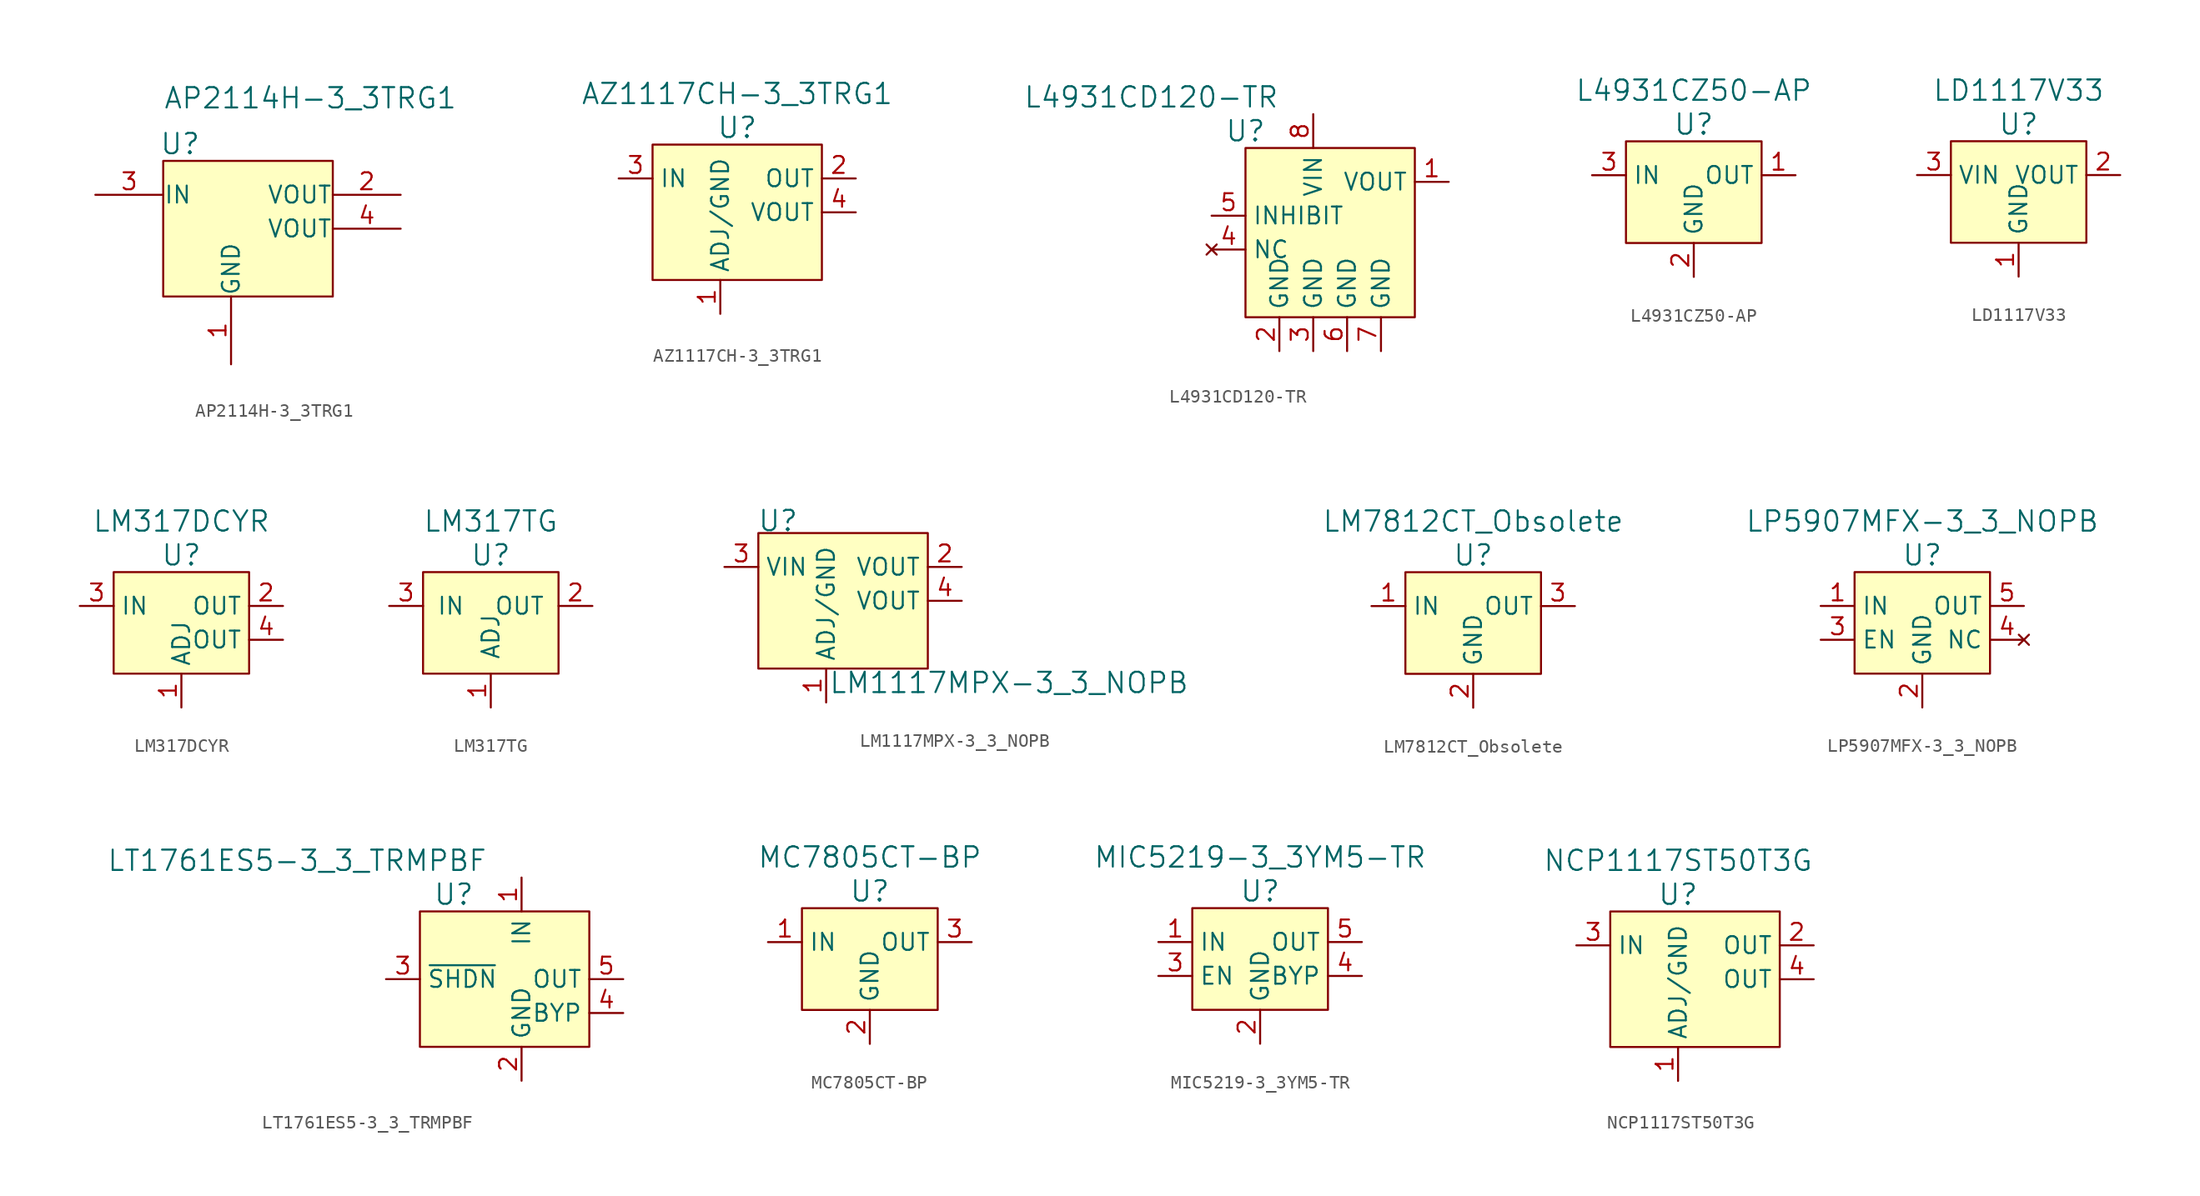
<source format=kicad_sym>
(kicad_symbol_lib
  (version 20220914)
  (generator kicad_symbol_editor)
  (symbol "AP2114H-3_3TRG1"
    (pin_names
      (offset 0.025))
    (property "Reference" "U"
      (at -6.35 3.81 0)
      (effects (font (size 1.524 1.524))))
    (property "Value" "AP2114H-3_3TRG1"
      (at -7.62 6.35 0)
      (effects (font (size 1.524 1.524)) (justify left bottom)))
    (symbol "AP2114H-3_3TRG1_0_1"
      (rectangle (start -7.62 2.54) (end 5.08 -7.62) (stroke (width 0) (type default)) (fill (type background))))
    (symbol "AP2114H-3_3TRG1_1_1"
      (pin power_in line (at -2.54 -12.7 90) (length 5.08) (name "GND" (effects (font (size 1.27 1.27)))) (number "1" (effects (font (size 1.27 1.27)))))
      (pin output line (at 10.16 0 180) (length 5.08) (name "VOUT" (effects (font (size 1.27 1.27)))) (number "2" (effects (font (size 1.27 1.27)))))
      (pin input line (at -12.7 0 0) (length 5.08) (name "IN" (effects (font (size 1.27 1.27)))) (number "3" (effects (font (size 1.27 1.27)))))
      (pin power_out line (at 10.16 -2.54 180) (length 5.08) (name "VOUT" (effects (font (size 1.27 1.27)))) (number "4" (effects (font (size 1.27 1.27)))))))
  (symbol "AZ1117CH-3_3TRG1"
    (property "Reference" "U"
      (at 1.27 3.81 0)
      (effects (font (size 1.524 1.524))))
    (property "Value" "AZ1117CH-3_3TRG1"
      (at 1.27 6.35 0)
      (effects (font (size 1.524 1.524))))
    (symbol "AZ1117CH-3_3TRG1_0_1"
      (rectangle (start -5.08 2.54) (end 7.62 -7.62) (stroke (width 0) (type default)) (fill (type background))))
    (symbol "AZ1117CH-3_3TRG1_1_1"
      (pin power_in line (at 0 -10.16 90) (length 2.54) (name "ADJ/GND" (effects (font (size 1.27 1.27)))) (number "1" (effects (font (size 1.27 1.27)))))
      (pin power_out line (at 10.16 0 180) (length 2.54) (name "OUT" (effects (font (size 1.27 1.27)))) (number "2" (effects (font (size 1.27 1.27)))))
      (pin power_in line (at -7.62 0 0) (length 2.54) (name "IN" (effects (font (size 1.27 1.27)))) (number "3" (effects (font (size 1.27 1.27)))))
      (pin power_out line (at 10.16 -2.54 180) (length 2.54) (name "VOUT" (effects (font (size 1.27 1.27)))) (number "4" (effects (font (size 1.27 1.27)))))))
  (symbol "L4931CD120-TR"
    (property "Reference" "U"
      (at -5.08 6.35 0)
      (effects (font (size 1.524 1.524))))
    (property "Value" "L4931CD120-TR"
      (at -2.54 8.89 0)
      (effects (font (size 1.524 1.524)) (justify right)))
    (symbol "L4931CD120-TR_0_1"
      (rectangle (start -5.08 5.08) (end 7.62 -7.62) (stroke (width 0) (type default)) (fill (type background))))
    (symbol "L4931CD120-TR_1_1"
      (pin power_out line (at 10.16 2.54 180) (length 2.54) (name "VOUT" (effects (font (size 1.27 1.27)))) (number "1" (effects (font (size 1.27 1.27)))))
      (pin power_in line (at -2.54 -10.16 90) (length 2.54) (name "GND" (effects (font (size 1.27 1.27)))) (number "2" (effects (font (size 1.27 1.27)))))
      (pin power_in line (at 0 -10.16 90) (length 2.54) (name "GND" (effects (font (size 1.27 1.27)))) (number "3" (effects (font (size 1.27 1.27)))))
      (pin no_connect line (at -7.62 -2.54 0) (length 2.54) (name "NC" (effects (font (size 1.27 1.27)))) (number "4" (effects (font (size 1.27 1.27)))))
      (pin input line (at -7.62 0 0) (length 2.54) (name "INHIBIT" (effects (font (size 1.27 1.27)))) (number "5" (effects (font (size 1.27 1.27)))))
      (pin power_in line (at 2.54 -10.16 90) (length 2.54) (name "GND" (effects (font (size 1.27 1.27)))) (number "6" (effects (font (size 1.27 1.27)))))
      (pin power_in line (at 5.08 -10.16 90) (length 2.54) (name "GND" (effects (font (size 1.27 1.27)))) (number "7" (effects (font (size 1.27 1.27)))))
      (pin power_in line (at 0 7.62 270) (length 2.54) (name "VIN" (effects (font (size 1.27 1.27)))) (number "8" (effects (font (size 1.27 1.27)))))))
  (symbol "L4931CZ50-AP"
    (property "Reference" "U"
      (at 0 3.81 0)
      (effects (font (size 1.524 1.524))))
    (property "Value" "L4931CZ50-AP"
      (at 0 6.35 0)
      (effects (font (size 1.524 1.524))))
    (symbol "L4931CZ50-AP_0_1"
      (rectangle (start -5.08 2.54) (end 5.08 -5.08) (stroke (width 0) (type default)) (fill (type background))))
    (symbol "L4931CZ50-AP_1_1"
      (pin power_out line (at 7.62 0 180) (length 2.54) (name "OUT" (effects (font (size 1.27 1.27)))) (number "1" (effects (font (size 1.27 1.27)))))
      (pin power_in line (at 0 -7.62 90) (length 2.54) (name "GND" (effects (font (size 1.27 1.27)))) (number "2" (effects (font (size 1.27 1.27)))))
      (pin power_in line (at -7.62 0 0) (length 2.54) (name "IN" (effects (font (size 1.27 1.27)))) (number "3" (effects (font (size 1.27 1.27)))))))
  (symbol "LD1117V33"
    (property "Reference" "U"
      (at 0 3.81 0)
      (effects (font (size 1.524 1.524))))
    (property "Value" "LD1117V33"
      (at 0 6.35 0)
      (effects (font (size 1.524 1.524))))
    (symbol "LD1117V33_1_1"
      (rectangle (start -5.08 2.54) (end 5.08 -5.08) (stroke (width 0) (type default)) (fill (type background)))
      (pin power_in line (at 0 -7.62 90) (length 2.54) (name "GND" (effects (font (size 1.27 1.27)))) (number "1" (effects (font (size 1.27 1.27)))))
      (pin power_out line (at 7.62 0 180) (length 2.54) (name "VOUT" (effects (font (size 1.27 1.27)))) (number "2" (effects (font (size 1.27 1.27)))))
      (pin power_in line (at -7.62 0 0) (length 2.54) (name "VIN" (effects (font (size 1.27 1.27)))) (number "3" (effects (font (size 1.27 1.27)))))))
  (symbol "LM317DCYR"
    (property "Reference" "U"
      (at 0 3.81 0)
      (effects (font (size 1.524 1.524))))
    (property "Value" "LM317DCYR"
      (at 0 6.35 0)
      (effects (font (size 1.524 1.524))))
    (symbol "LM317DCYR_0_1"
      (rectangle (start -5.08 2.54) (end 5.08 -5.08) (stroke (width 0) (type default)) (fill (type background))))
    (symbol "LM317DCYR_1_1"
      (pin input line (at 0 -7.62 90) (length 2.54) (name "ADJ" (effects (font (size 1.27 1.27)))) (number "1" (effects (font (size 1.27 1.27)))))
      (pin power_out line (at 7.62 0 180) (length 2.54) (name "OUT" (effects (font (size 1.27 1.27)))) (number "2" (effects (font (size 1.27 1.27)))))
      (pin power_in line (at -7.62 0 0) (length 2.54) (name "IN" (effects (font (size 1.27 1.27)))) (number "3" (effects (font (size 1.27 1.27)))))
      (pin power_out line (at 7.62 -2.54 180) (length 2.54) (name "OUT" (effects (font (size 1.27 1.27)))) (number "4" (effects (font (size 1.27 1.27)))))))
  (symbol "LM317TG"
    (pin_names
      (offset 1.016))
    (property "Reference" "U"
      (at 0 3.81 0)
      (effects (font (size 1.524 1.524))))
    (property "Value" "LM317TG"
      (at 0 6.35 0)
      (effects (font (size 1.524 1.524))))
    (symbol "LM317TG_0_1"
      (rectangle (start -5.08 2.54) (end 5.08 -5.08) (stroke (width 0) (type default)) (fill (type background))))
    (symbol "LM317TG_1_1"
      (pin input line (at 0 -7.62 90) (length 2.54) (name "ADJ" (effects (font (size 1.27 1.27)))) (number "1" (effects (font (size 1.27 1.27)))))
      (pin power_out line (at 7.62 0 180) (length 2.54) (name "OUT" (effects (font (size 1.27 1.27)))) (number "2" (effects (font (size 1.27 1.27)))))
      (pin power_in line (at -7.62 0 0) (length 2.54) (name "IN" (effects (font (size 1.27 1.27)))) (number "3" (effects (font (size 1.27 1.27)))))))
  (symbol "LM1117MPX-3_3_NOPB"
    (property "Reference" "U"
      (at -7.696 3.454 0)
      (effects (font (size 1.524 1.524)) (justify left)))
    (property "Value" "LM1117MPX-3_3_NOPB"
      (at -2.362 -8.687 0)
      (effects (font (size 1.524 1.524)) (justify left)))
    (symbol "LM1117MPX-3_3_NOPB_0_1"
      (rectangle (start 5.08 2.54) (end -7.62 -7.62) (stroke (width 0) (type default)) (fill (type background))))
    (symbol "LM1117MPX-3_3_NOPB_1_1"
      (pin power_in line (at -2.54 -10.16 90) (length 2.54) (name "ADJ/GND" (effects (font (size 1.27 1.27)))) (number "1" (effects (font (size 1.27 1.27)))))
      (pin power_out line (at 7.62 0 180) (length 2.54) (name "VOUT" (effects (font (size 1.27 1.27)))) (number "2" (effects (font (size 1.27 1.27)))))
      (pin power_in line (at -10.16 0 0) (length 2.54) (name "VIN" (effects (font (size 1.27 1.27)))) (number "3" (effects (font (size 1.27 1.27)))))
      (pin power_out line (at 7.62 -2.54 180) (length 2.54) (name "VOUT" (effects (font (size 1.27 1.27)))) (number "4" (effects (font (size 1.27 1.27)))))))
  (symbol "LM7812CT_Obsolete"
    (property "Reference" "U"
      (at 0 3.81 0)
      (effects (font (size 1.524 1.524))))
    (property "Value" "LM7812CT_Obsolete"
      (at 0 6.35 0)
      (effects (font (size 1.524 1.524))))
    (symbol "LM7812CT_Obsolete_0_1"
      (rectangle (start -5.08 2.54) (end 5.08 -5.08) (stroke (width 0) (type default)) (fill (type background))))
    (symbol "LM7812CT_Obsolete_1_1"
      (pin power_in line (at -7.62 0 0) (length 2.54) (name "IN" (effects (font (size 1.27 1.27)))) (number "1" (effects (font (size 1.27 1.27)))))
      (pin power_in line (at 0 -7.62 90) (length 2.54) (name "GND" (effects (font (size 1.27 1.27)))) (number "2" (effects (font (size 1.27 1.27)))))
      (pin power_out line (at 7.62 0 180) (length 2.54) (name "OUT" (effects (font (size 1.27 1.27)))) (number "3" (effects (font (size 1.27 1.27)))))))
  (symbol "LP5907MFX-3_3_NOPB"
    (property "Reference" "U"
      (at 0 8.89 0)
      (effects (font (size 1.524 1.524))))
    (property "Value" "LP5907MFX-3_3_NOPB"
      (at 0 11.43 0)
      (effects (font (size 1.524 1.524))))
    (symbol "LP5907MFX-3_3_NOPB_0_1"
      (rectangle (start -5.08 7.62) (end 5.08 0) (stroke (width 0) (type default)) (fill (type background))))
    (symbol "LP5907MFX-3_3_NOPB_1_1"
      (pin power_in line (at -7.62 5.08 0) (length 2.54) (name "IN" (effects (font (size 1.27 1.27)))) (number "1" (effects (font (size 1.27 1.27)))))
      (pin power_in line (at 0 -2.54 90) (length 2.54) (name "GND" (effects (font (size 1.27 1.27)))) (number "2" (effects (font (size 1.27 1.27)))))
      (pin input line (at -7.62 2.54 0) (length 2.54) (name "EN" (effects (font (size 1.27 1.27)))) (number "3" (effects (font (size 1.27 1.27)))))
      (pin no_connect line (at 7.62 2.54 180) (length 2.54) (name "NC" (effects (font (size 1.27 1.27)))) (number "4" (effects (font (size 1.27 1.27)))))
      (pin power_out line (at 7.62 5.08 180) (length 2.54) (name "OUT" (effects (font (size 1.27 1.27)))) (number "5" (effects (font (size 1.27 1.27)))))))
  (symbol "LT1761ES5-3_3_TRMPBF"
    (property "Reference" "U"
      (at -5.08 6.35 0)
      (effects (font (size 1.524 1.524))))
    (property "Value" "LT1761ES5-3_3_TRMPBF"
      (at -2.54 8.89 0)
      (effects (font (size 1.524 1.524)) (justify right)))
    (symbol "LT1761ES5-3_3_TRMPBF_0_1"
      (rectangle (start -7.62 5.08) (end 5.08 -5.08) (stroke (width 0) (type default)) (fill (type background))))
    (symbol "LT1761ES5-3_3_TRMPBF_1_1"
      (pin power_in line (at 0 7.62 270) (length 2.54) (name "IN" (effects (font (size 1.27 1.27)))) (number "1" (effects (font (size 1.27 1.27)))))
      (pin power_in line (at 0 -7.62 90) (length 2.54) (name "GND" (effects (font (size 1.27 1.27)))) (number "2" (effects (font (size 1.27 1.27)))))
      (pin input line (at -10.16 0 0) (length 2.54) (name "~{SHDN}" (effects (font (size 1.27 1.27)))) (number "3" (effects (font (size 1.27 1.27)))))
      (pin passive line (at 7.62 -2.54 180) (length 2.54) (name "BYP" (effects (font (size 1.27 1.27)))) (number "4" (effects (font (size 1.27 1.27)))))
      (pin power_out line (at 7.62 0 180) (length 2.54) (name "OUT" (effects (font (size 1.27 1.27)))) (number "5" (effects (font (size 1.27 1.27)))))))
  (symbol "MC7805CT-BP"
    (property "Reference" "U"
      (at 0 3.81 0)
      (effects (font (size 1.524 1.524))))
    (property "Value" "MC7805CT-BP"
      (at 0 6.35 0)
      (effects (font (size 1.524 1.524))))
    (symbol "MC7805CT-BP_0_1"
      (rectangle (start -5.08 2.54) (end 5.08 -5.08) (stroke (width 0) (type default)) (fill (type background))))
    (symbol "MC7805CT-BP_1_1"
      (pin power_in line (at -7.62 0 0) (length 2.54) (name "IN" (effects (font (size 1.27 1.27)))) (number "1" (effects (font (size 1.27 1.27)))))
      (pin power_in line (at 0 -7.62 90) (length 2.54) (name "GND" (effects (font (size 1.27 1.27)))) (number "2" (effects (font (size 1.27 1.27)))))
      (pin power_out line (at 7.62 0 180) (length 2.54) (name "OUT" (effects (font (size 1.27 1.27)))) (number "3" (effects (font (size 1.27 1.27)))))))
  (symbol "MIC5219-3_3YM5-TR"
    (property "Reference" "U"
      (at 0 3.81 0)
      (effects (font (size 1.524 1.524))))
    (property "Value" "MIC5219-3_3YM5-TR"
      (at 0 6.35 0)
      (effects (font (size 1.524 1.524))))
    (symbol "MIC5219-3_3YM5-TR_0_1"
      (rectangle (start -5.08 2.54) (end 5.08 -5.08) (stroke (width 0) (type default)) (fill (type background))))
    (symbol "MIC5219-3_3YM5-TR_1_1"
      (pin power_in line (at -7.62 0 0) (length 2.54) (name "IN" (effects (font (size 1.27 1.27)))) (number "1" (effects (font (size 1.27 1.27)))))
      (pin power_in line (at 0 -7.62 90) (length 2.54) (name "GND" (effects (font (size 1.27 1.27)))) (number "2" (effects (font (size 1.27 1.27)))))
      (pin input line (at -7.62 -2.54 0) (length 2.54) (name "EN" (effects (font (size 1.27 1.27)))) (number "3" (effects (font (size 1.27 1.27)))))
      (pin passive line (at 7.62 -2.54 180) (length 2.54) (name "BYP" (effects (font (size 1.27 1.27)))) (number "4" (effects (font (size 1.27 1.27)))))
      (pin power_out line (at 7.62 0 180) (length 2.54) (name "OUT" (effects (font (size 1.27 1.27)))) (number "5" (effects (font (size 1.27 1.27)))))))
  (symbol "NCP1117ST50T3G"
    (property "Reference" "U"
      (at 0 3.81 0)
      (effects (font (size 1.524 1.524))))
    (property "Value" "NCP1117ST50T3G"
      (at 0 6.35 0)
      (effects (font (size 1.524 1.524))))
    (symbol "NCP1117ST50T3G_0_1"
      (rectangle (start -5.08 2.54) (end 7.62 -7.62) (stroke (width 0) (type default)) (fill (type background))))
    (symbol "NCP1117ST50T3G_1_1"
      (pin power_in line (at 0 -10.16 90) (length 2.54) (name "ADJ/GND" (effects (font (size 1.27 1.27)))) (number "1" (effects (font (size 1.27 1.27)))))
      (pin power_out line (at 10.16 0 180) (length 2.54) (name "OUT" (effects (font (size 1.27 1.27)))) (number "2" (effects (font (size 1.27 1.27)))))
      (pin power_in line (at -7.62 0 0) (length 2.54) (name "IN" (effects (font (size 1.27 1.27)))) (number "3" (effects (font (size 1.27 1.27)))))
      (pin power_out line (at 10.16 -2.54 180) (length 2.54) (name "OUT" (effects (font (size 1.27 1.27)))) (number "4" (effects (font (size 1.27 1.27))))))))
</source>
